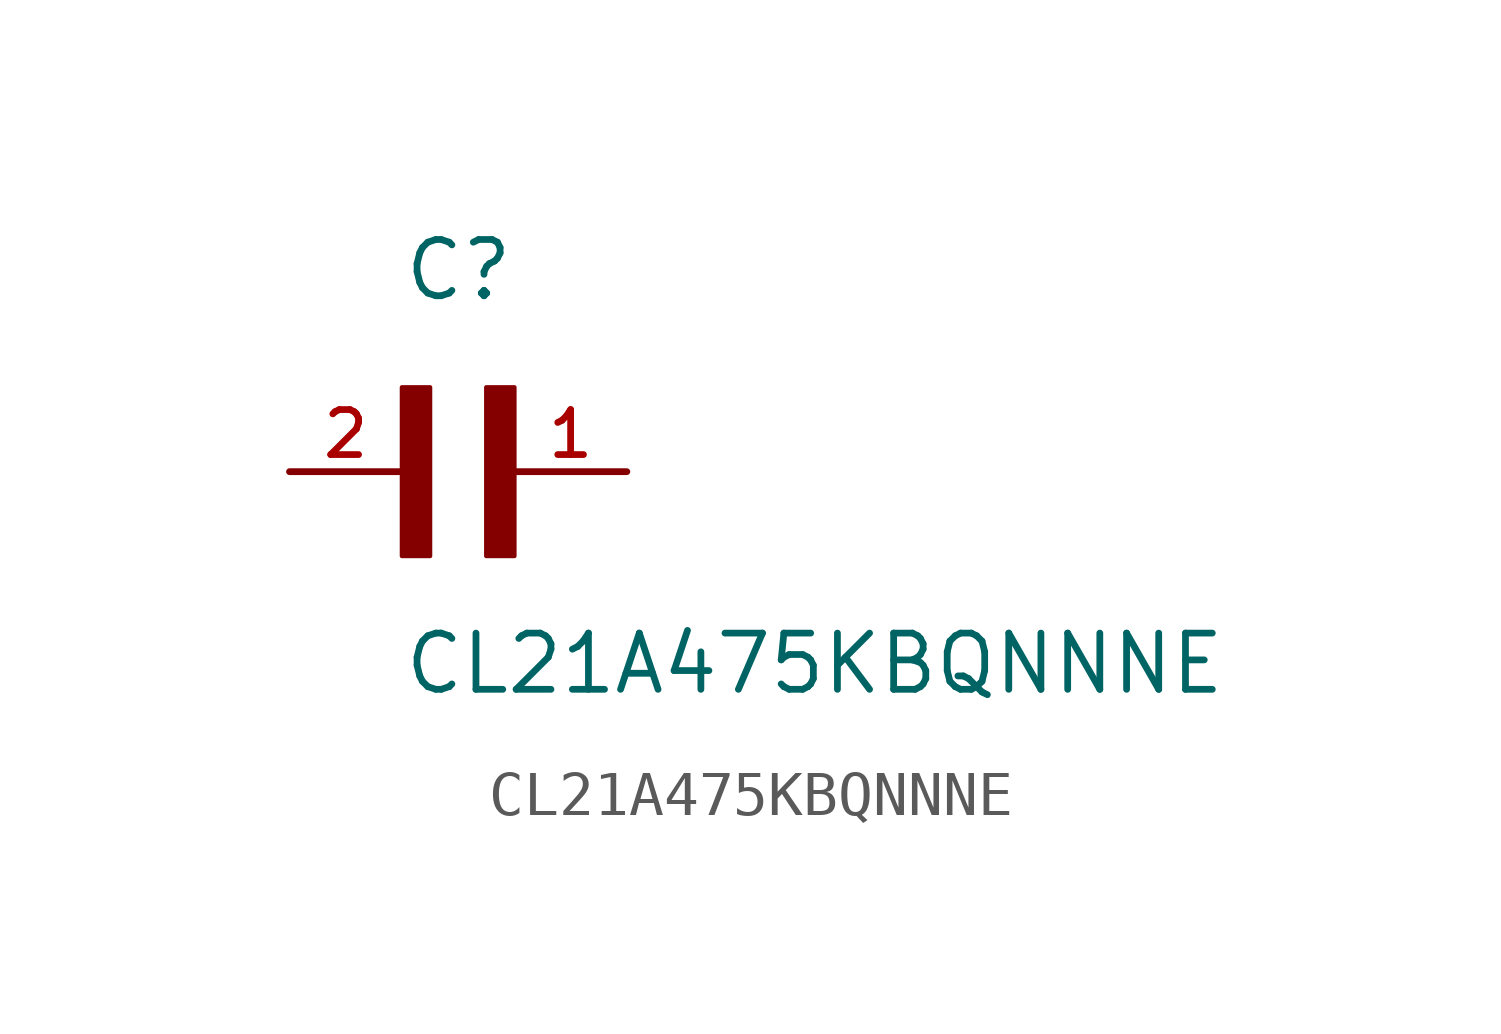
<source format=kicad_sym>
(kicad_symbol_lib
  (version 20211014)
  (generator kicad_symbol_editor)
  (symbol "CL21A475KBQNNNE"
    (pin_names
      (offset 1.016))
    (property "Reference" "C"
      (at 0.0 3.81 0)
      (effects (font (size 1.27 1.27)) (justify bottom left)))
    (property "Value" "CL21A475KBQNNNE"
      (at 0.0 -5.08 0)
      (effects (font (size 1.27 1.27)) (justify bottom left)))
    (symbol "CL21A475KBQNNNE_0_0"
      (rectangle (start 0.0 -1.905) (end 0.635 1.905) (stroke (width 0.1)) (fill (type outline)))
      (rectangle (start 1.905 -1.905) (end 2.54 1.905) (stroke (width 0.1)) (fill (type outline)))
      (pin passive line (at 5.08 0.0 180.0) (length 2.54) (name "~" (effects (font (size 1.016 1.016)))) (number "1" (effects (font (size 1.016 1.016)))))
      (pin passive line (at -2.54 0.0 0) (length 2.54) (name "~" (effects (font (size 1.016 1.016)))) (number "2" (effects (font (size 1.016 1.016))))))))
</source>
